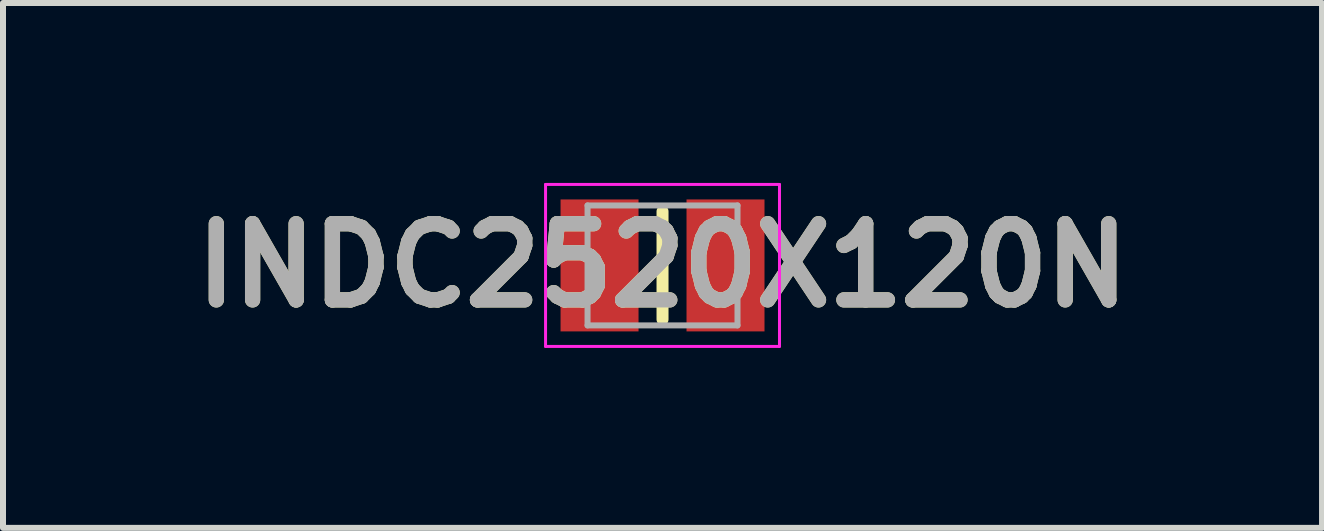
<source format=kicad_pcb>
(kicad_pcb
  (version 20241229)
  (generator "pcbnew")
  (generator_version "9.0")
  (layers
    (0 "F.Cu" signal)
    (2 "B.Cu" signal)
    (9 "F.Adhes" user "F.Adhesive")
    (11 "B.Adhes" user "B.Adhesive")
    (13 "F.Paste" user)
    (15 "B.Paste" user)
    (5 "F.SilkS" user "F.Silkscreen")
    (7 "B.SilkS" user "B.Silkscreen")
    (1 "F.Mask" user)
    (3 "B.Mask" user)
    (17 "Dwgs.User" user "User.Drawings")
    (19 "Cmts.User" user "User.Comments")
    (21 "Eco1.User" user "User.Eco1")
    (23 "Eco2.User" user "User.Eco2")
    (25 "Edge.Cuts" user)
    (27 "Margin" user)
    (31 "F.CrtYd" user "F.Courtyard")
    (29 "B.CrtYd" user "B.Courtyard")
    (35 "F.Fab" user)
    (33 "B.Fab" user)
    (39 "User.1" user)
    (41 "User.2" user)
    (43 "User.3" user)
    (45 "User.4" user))
  (footprint "INDC2520X120N"
    (layer "F.Cu")
    (at 7.995 1.375)
    (property "Reference" "INDC2520X120N" (at 0 0 0) (layer "F.SilkS") (effects (font (size 1.27 1.27) (thickness 0.254))))
    (attr smd)
    (fp_line (start 0 -0.9) (end 0 0.9) (stroke (width 0.2) (type solid)) (layer "F.SilkS"))
    (fp_line (start -1.95 -1.35) (end 1.95 -1.35) (stroke (width 0.05) (type solid)) (layer "F.CrtYd"))
    (fp_line (start -1.95 1.35) (end -1.95 -1.35) (stroke (width 0.05) (type solid)) (layer "F.CrtYd"))
    (fp_line (start 1.95 -1.35) (end 1.95 1.35) (stroke (width 0.05) (type solid)) (layer "F.CrtYd"))
    (fp_line (start 1.95 1.35) (end -1.95 1.35) (stroke (width 0.05) (type solid)) (layer "F.CrtYd"))
    (fp_line (start -1.25 -1) (end 1.25 -1) (stroke (width 0.1) (type solid)) (layer "F.Fab"))
    (fp_line (start -1.25 1) (end -1.25 -1) (stroke (width 0.1) (type solid)) (layer "F.Fab"))
    (fp_line (start 1.25 -1) (end 1.25 1) (stroke (width 0.1) (type solid)) (layer "F.Fab"))
    (fp_line (start 1.25 1) (end -1.25 1) (stroke (width 0.1) (type solid)) (layer "F.Fab"))
    (fp_text user "${REFERENCE}" (at 0 0 0) (layer "F.Fab") (effects (font (size 1.27 1.27) (thickness 0.254))))
    (pad "1" smd rect (at -1.05 0) (size 1.3 2.2) (layers "F.Cu" "F.Mask" "F.Paste"))
    (pad "2" smd rect (at 1.05 0) (size 1.3 2.2) (layers "F.Cu" "F.Mask" "F.Paste")))
  (gr_rect
    (start -3 -3)
    (end 18.99 5.75)
    (stroke (width 0.1) (type default))
    (fill no)
    (layer "Edge.Cuts")))
</source>
